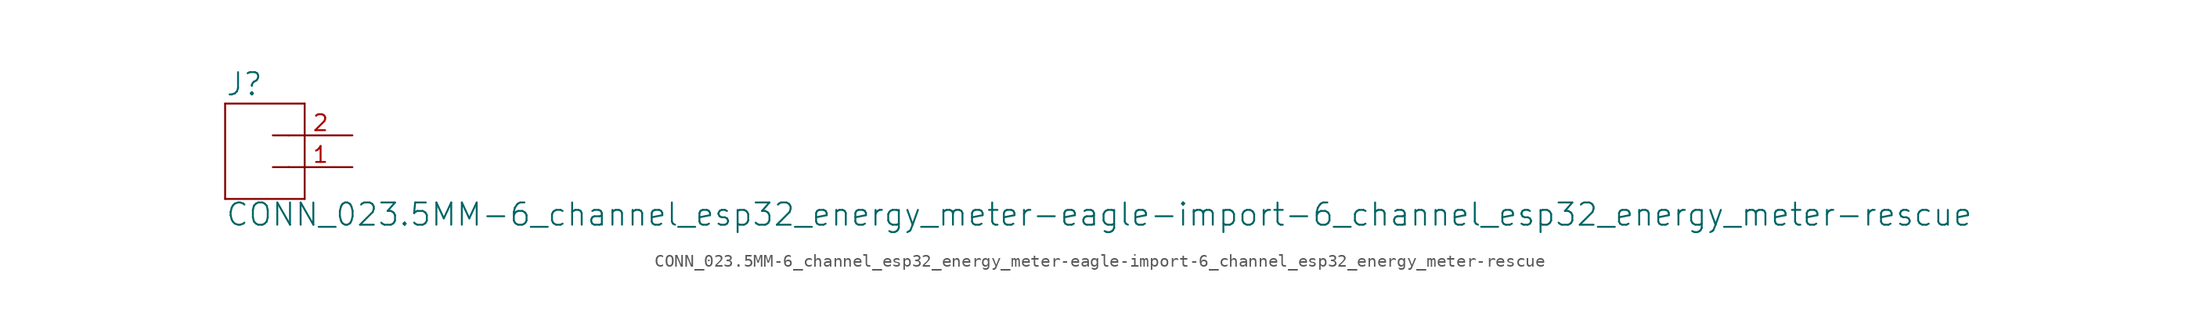
<source format=kicad_sym>
(kicad_symbol_lib
  (version 20220914)
  (generator kicad_symbol_editor)
  (symbol "CONN_023.5MM-6_channel_esp32_energy_meter-eagle-import-6_channel_esp32_energy_meter-rescue"
    (pin_names
      (offset 1.016))
    (property "Reference" "J"
      (at -2.54 5.588 0)
      (effects (font (size 1.778 1.778)) (justify left bottom)))
    (property "Value" "CONN_023.5MM-6_channel_esp32_energy_meter-eagle-import-6_channel_esp32_energy_meter-rescue"
      (at -2.54 -4.826 0)
      (effects (font (size 1.778 1.778)) (justify left bottom)))
    (property "ki_locked" ""
      (at 0 0 0)
      (effects (font (size 1.27 1.27))))
    (symbol "CONN_023.5MM-6_channel_esp32_energy_meter-eagle-import-6_channel_esp32_energy_meter-rescue_1_0"
      (polyline (pts (xy -2.54 5.08) (xy -2.54 -2.54)) (stroke (width 0) (type default)) (fill (type none)))
      (polyline (pts (xy -2.54 5.08) (xy 3.81 5.08)) (stroke (width 0) (type default)) (fill (type none)))
      (polyline (pts (xy 1.27 0) (xy 2.54 0)) (stroke (width 0) (type default)) (fill (type none)))
      (polyline (pts (xy 1.27 2.54) (xy 2.54 2.54)) (stroke (width 0) (type default)) (fill (type none)))
      (polyline (pts (xy 3.81 -2.54) (xy -2.54 -2.54)) (stroke (width 0) (type default)) (fill (type none)))
      (polyline (pts (xy 3.81 -2.54) (xy 3.81 5.08)) (stroke (width 0) (type default)) (fill (type none)))
      (pin passive line (at 7.62 0 180) (length 5.08) (name "1" (effects (font (size 0 0)))) (number "1" (effects (font (size 1.27 1.27)))))
      (pin passive line (at 7.62 2.54 180) (length 5.08) (name "2" (effects (font (size 0 0)))) (number "2" (effects (font (size 1.27 1.27))))))))
</source>
